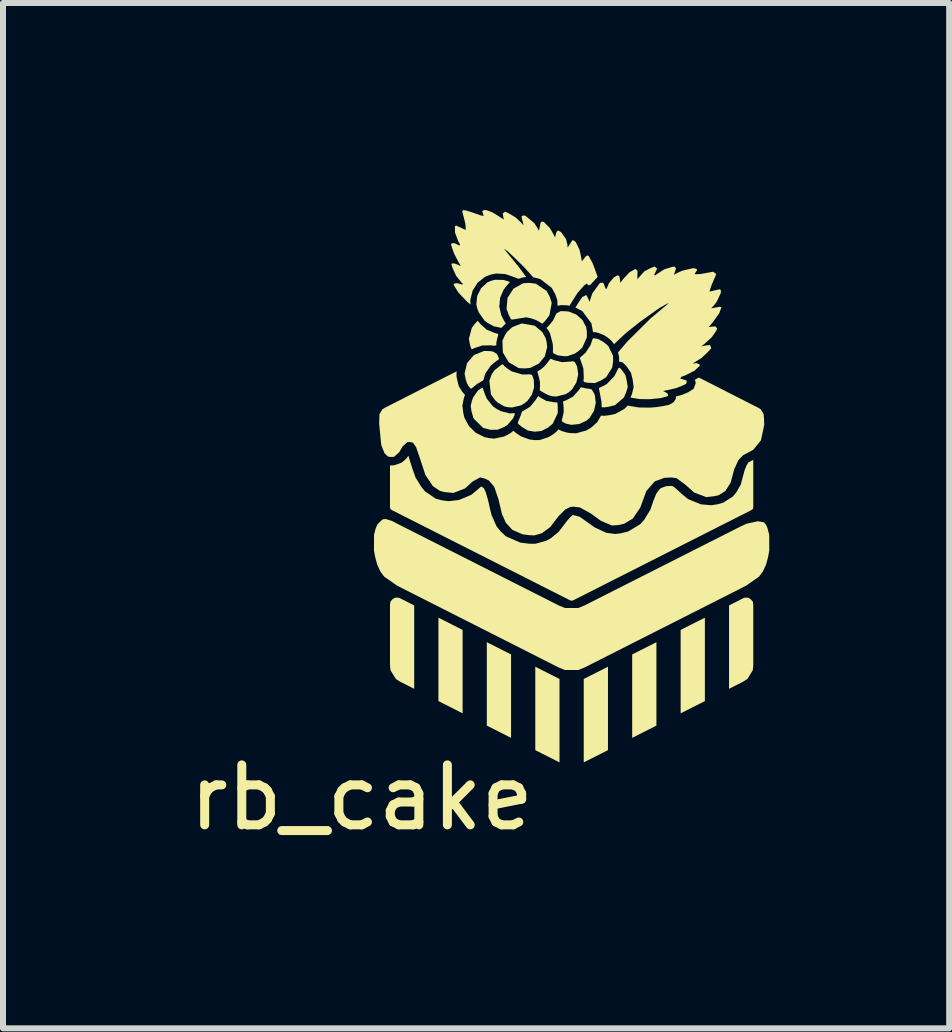
<source format=kicad_pcb>
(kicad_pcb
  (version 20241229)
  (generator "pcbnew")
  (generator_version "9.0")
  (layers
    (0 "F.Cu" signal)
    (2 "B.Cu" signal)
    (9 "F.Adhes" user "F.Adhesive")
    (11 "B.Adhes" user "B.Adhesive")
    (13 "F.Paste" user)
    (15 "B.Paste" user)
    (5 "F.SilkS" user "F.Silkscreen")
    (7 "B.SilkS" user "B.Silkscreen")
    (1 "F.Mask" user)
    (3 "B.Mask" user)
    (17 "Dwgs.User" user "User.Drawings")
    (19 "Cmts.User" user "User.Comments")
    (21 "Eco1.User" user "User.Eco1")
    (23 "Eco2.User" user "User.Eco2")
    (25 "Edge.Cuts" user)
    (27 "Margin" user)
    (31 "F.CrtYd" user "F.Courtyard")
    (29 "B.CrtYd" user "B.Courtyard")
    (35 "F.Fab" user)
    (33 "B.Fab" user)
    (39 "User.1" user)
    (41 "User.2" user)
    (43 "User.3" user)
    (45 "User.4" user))
  (footprint "rb_cake"
    (layer "F.Cu")
    (at 2.982 0.25)
    (property "Reference" "rb_cake" (at 0 10 0) (layer "F.SilkS") (effects (font (size 1 1) (thickness 0.15))))
    (attr through_hole)
    (fp_poly (pts (xy 1.689 0.205) (xy 1.689 0.205) (xy 1.689 0.205)) (stroke (width 0) (type solid)) (fill yes) (layer "F.SilkS"))
    (fp_poly (pts (xy 2.145 3.867) (xy 2.145 3.867) (xy 2.145 3.867)) (stroke (width 0) (type solid)) (fill yes) (layer "F.SilkS"))
    (fp_poly (pts (xy 4.021 3.493) (xy 4.021 3.493) (xy 4.021 3.493)) (stroke (width 0) (type solid)) (fill yes) (layer "F.SilkS"))
    (fp_poly (pts (xy 1.682 7.204) (xy 1.682 8.595) (xy 1.279 8.391) (xy 1.279 7)) (stroke (width 0) (type solid)) (fill yes) (layer "F.SilkS"))
    (fp_poly (pts (xy 2.49 7.613) (xy 2.49 9.004) (xy 2.086 8.8) (xy 2.086 7.409)) (stroke (width 0) (type solid)) (fill yes) (layer "F.SilkS"))
    (fp_poly (pts (xy 3.298 8.022) (xy 3.298 9.413) (xy 2.894 9.209) (xy 2.894 7.818)) (stroke (width 0) (type solid)) (fill yes) (layer "F.SilkS"))
    (fp_poly (pts (xy 4.106 9.209) (xy 3.702 9.413) (xy 3.702 8.022) (xy 4.106 7.818)) (stroke (width 0) (type solid)) (fill yes) (layer "F.SilkS"))
    (fp_poly (pts (xy 4.914 8.8) (xy 4.51 9.004) (xy 4.51 7.613) (xy 4.914 7.409)) (stroke (width 0) (type solid)) (fill yes) (layer "F.SilkS"))
    (fp_poly (pts (xy 5.722 8.391) (xy 5.318 8.595) (xy 5.318 7.204) (xy 5.722 7)) (stroke (width 0) (type solid)) (fill yes) (layer "F.SilkS"))
    (fp_poly (pts (xy 0.624 6.67) (xy 0.643 6.678) (xy 0.875 6.796) (xy 0.875 8.186) (xy 0.643 8.069) (xy 0.569 8.022) (xy 0.479 7.876) (xy 0.471 7.789) (xy 0.471 6.784) (xy 0.478 6.734) (xy 0.511 6.695) (xy 0.554 6.667) (xy 0.604 6.666)) (stroke (width 0) (type solid)) (fill yes) (layer "F.SilkS"))
    (fp_poly (pts (xy 6.446 6.667) (xy 6.489 6.695) (xy 6.522 6.734) (xy 6.529 6.784) (xy 6.529 7.789) (xy 6.521 7.876) (xy 6.431 8.022) (xy 6.357 8.069) (xy 6.125 8.186) (xy 6.125 6.796) (xy 6.357 6.678) (xy 6.376 6.67) (xy 6.395 6.666)) (stroke (width 0) (type solid)) (fill yes) (layer "F.SilkS"))
    (fp_poly (pts (xy 2.883 2.13) (xy 3.011 2.237) (xy 3.068 2.341) (xy 3.083 2.403) (xy 3.092 2.489) (xy 3.053 2.643) (xy 2.954 2.763) (xy 2.809 2.835) (xy 2.721 2.844) (xy 2.618 2.838) (xy 2.451 2.741) (xy 2.353 2.576) (xy 2.346 2.382) (xy 2.389 2.287) (xy 2.424 2.233) (xy 2.512 2.154) (xy 2.668 2.094)) (stroke (width 0) (type solid)) (fill yes) (layer "F.SilkS"))
    (fp_poly (pts (xy 1.979 2.103) (xy 2.081 2.196) (xy 2.211 2.25) (xy 2.26 2.264) (xy 2.277 2.269) (xy 2.275 2.287) (xy 2.26 2.344) (xy 2.246 2.405) (xy 2.244 2.44) (xy 2.245 2.458) (xy 2.207 2.466) (xy 2.157 2.458) (xy 2.008 2.461) (xy 1.876 2.506) (xy 1.846 2.521) (xy 1.832 2.521) (xy 1.821 2.501) (xy 1.804 2.445) (xy 1.787 2.35) (xy 1.837 2.163) (xy 1.899 2.085) (xy 1.933 2.05)) (stroke (width 0) (type solid)) (fill yes) (layer "F.SilkS"))
    (fp_poly (pts (xy 2.365 1.368) (xy 2.426 1.386) (xy 2.471 1.402) (xy 2.413 1.47) (xy 2.366 1.531) (xy 2.307 1.668) (xy 2.294 1.813) (xy 2.327 1.958) (xy 2.363 2.028) (xy 2.401 2.095) (xy 2.329 2.168) (xy 2.202 2.141) (xy 2.099 2.085) (xy 2.047 2.045) (xy 1.953 1.911) (xy 1.927 1.846) (xy 1.911 1.775) (xy 1.926 1.632) (xy 1.992 1.503) (xy 2.098 1.407) (xy 2.165 1.38) (xy 2.226 1.365)) (stroke (width 0) (type solid)) (fill yes) (layer "F.SilkS"))
    (fp_poly (pts (xy 4.316 2.846) (xy 4.355 2.893) (xy 4.398 2.956) (xy 4.42 3.053) (xy 4.436 3.152) (xy 4.413 3.232) (xy 4.372 3.329) (xy 4.224 3.456) (xy 4.121 3.482) (xy 4.057 3.492) (xy 4.021 3.493) (xy 3.999 3.488) (xy 4 3.454) (xy 3.997 3.397) (xy 3.978 3.293) (xy 3.954 3.17) (xy 4.017 3.142) (xy 4.086 3.104) (xy 4.212 2.973) (xy 4.248 2.904) (xy 4.275 2.846) (xy 4.294 2.831)) (stroke (width 0) (type solid)) (fill yes) (layer "F.SilkS"))
    (fp_poly (pts (xy 2.14 2.555) (xy 2.191 2.563) (xy 2.256 2.604) (xy 2.273 2.64) (xy 2.291 2.687) (xy 2.212 2.746) (xy 2.15 2.799) (xy 2.058 2.933) (xy 2.041 2.995) (xy 2.029 3.04) (xy 1.982 3.068) (xy 1.931 3.098) (xy 1.88 3.138) (xy 1.84 3.171) (xy 1.823 3.182) (xy 1.811 3.174) (xy 1.785 3.144) (xy 1.757 3.096) (xy 1.733 3.024) (xy 1.715 2.928) (xy 1.757 2.753) (xy 1.872 2.62) (xy 2.041 2.552)) (stroke (width 0) (type solid)) (fill yes) (layer "F.SilkS"))
    (fp_poly (pts (xy 2.902 1.43) (xy 3.083 1.552) (xy 3.137 1.652) (xy 3.168 1.751) (xy 3.13 1.957) (xy 3.064 2.045) (xy 3.027 2.084) (xy 3.011 2.096) (xy 2.995 2.089) (xy 2.957 2.064) (xy 2.902 2.035) (xy 2.829 2.01) (xy 2.745 1.991) (xy 2.625 2.01) (xy 2.527 2.027) (xy 2.493 2.027) (xy 2.479 2.006) (xy 2.449 1.945) (xy 2.415 1.851) (xy 2.431 1.667) (xy 2.53 1.514) (xy 2.69 1.424) (xy 2.789 1.417)) (stroke (width 0) (type solid)) (fill yes) (layer "F.SilkS"))
    (fp_poly (pts (xy 2.982 3.332) (xy 3.08 3.386) (xy 3.202 3.407) (xy 3.263 3.412) (xy 3.269 3.484) (xy 3.269 3.587) (xy 3.186 3.764) (xy 3.109 3.829) (xy 2.998 3.886) (xy 2.887 3.899) (xy 2.771 3.88) (xy 2.671 3.819) (xy 2.62 3.778) (xy 2.603 3.758) (xy 2.609 3.731) (xy 2.635 3.667) (xy 2.66 3.604) (xy 2.666 3.577) (xy 2.673 3.564) (xy 2.699 3.549) (xy 2.809 3.481) (xy 2.897 3.374) (xy 2.943 3.304)) (stroke (width 0) (type solid)) (fill yes) (layer "F.SilkS"))
    (fp_poly (pts (xy 3.688 3.165) (xy 3.727 3.175) (xy 3.777 3.181) (xy 3.83 3.191) (xy 3.858 3.23) (xy 3.887 3.288) (xy 3.903 3.419) (xy 3.873 3.551) (xy 3.8 3.669) (xy 3.747 3.715) (xy 3.626 3.771) (xy 3.496 3.784) (xy 3.407 3.765) (xy 3.351 3.736) (xy 3.335 3.714) (xy 3.352 3.645) (xy 3.368 3.568) (xy 3.366 3.482) (xy 3.357 3.394) (xy 3.404 3.377) (xy 3.524 3.313) (xy 3.614 3.213) (xy 3.655 3.158)) (stroke (width 0) (type solid)) (fill yes) (layer "F.SilkS"))
    (fp_poly (pts (xy 2.049 3.26) (xy 2.084 3.346) (xy 2.186 3.475) (xy 2.258 3.524) (xy 2.321 3.557) (xy 2.47 3.594) (xy 2.524 3.591) (xy 2.545 3.587) (xy 2.552 3.601) (xy 2.545 3.627) (xy 2.523 3.677) (xy 2.433 3.783) (xy 2.382 3.818) (xy 2.263 3.866) (xy 2.145 3.867) (xy 2.025 3.836) (xy 1.865 3.679) (xy 1.83 3.558) (xy 1.817 3.468) (xy 1.835 3.391) (xy 1.857 3.328) (xy 1.937 3.214) (xy 1.981 3.182) (xy 2.015 3.163)) (stroke (width 0) (type solid)) (fill yes) (layer "F.SilkS"))
    (fp_poly (pts (xy 3.94 2.352) (xy 4.036 2.406) (xy 4.111 2.469) (xy 4.19 2.63) (xy 4.192 2.723) (xy 4.177 2.829) (xy 4.075 2.991) (xy 3.988 3.045) (xy 3.889 3.088) (xy 3.778 3.083) (xy 3.778 3.083) (xy 3.724 3.075) (xy 3.702 3.066) (xy 3.698 3.044) (xy 3.703 2.993) (xy 3.696 2.843) (xy 3.645 2.693) (xy 3.638 2.666) (xy 3.687 2.623) (xy 3.734 2.58) (xy 3.816 2.454) (xy 3.837 2.392) (xy 3.85 2.353) (xy 3.863 2.339)) (stroke (width 0) (type solid)) (fill yes) (layer "F.SilkS"))
    (fp_poly (pts (xy 2.365 2.786) (xy 2.381 2.807) (xy 2.433 2.849) (xy 2.5 2.893) (xy 2.673 2.944) (xy 2.757 2.944) (xy 2.803 2.941) (xy 2.84 2.954) (xy 2.85 2.977) (xy 2.87 3.037) (xy 2.874 3.161) (xy 2.837 3.281) (xy 2.764 3.384) (xy 2.714 3.425) (xy 2.655 3.46) (xy 2.507 3.495) (xy 2.437 3.49) (xy 2.378 3.477) (xy 2.266 3.412) (xy 2.217 3.365) (xy 2.155 3.277) (xy 2.128 3.049) (xy 2.167 2.943) (xy 2.211 2.876) (xy 2.341 2.774)) (stroke (width 0) (type solid)) (fill yes) (layer "F.SilkS"))
    (fp_poly (pts (xy 3.205 2.705) (xy 3.339 2.739) (xy 3.486 2.729) (xy 3.519 2.724) (xy 3.551 2.736) (xy 3.565 2.758) (xy 3.593 2.816) (xy 3.609 2.946) (xy 3.58 3.076) (xy 3.509 3.192) (xy 3.458 3.237) (xy 3.4 3.273) (xy 3.243 3.312) (xy 3.174 3.307) (xy 3.111 3.289) (xy 3.041 3.253) (xy 2.969 3.209) (xy 2.973 3.141) (xy 2.972 3.069) (xy 2.953 2.985) (xy 2.929 2.896) (xy 2.983 2.861) (xy 3.038 2.817) (xy 3.093 2.753) (xy 3.148 2.681)) (stroke (width 0) (type solid)) (fill yes) (layer "F.SilkS"))
    (fp_poly (pts (xy 3.452 1.895) (xy 3.581 1.947) (xy 3.682 2.038) (xy 3.744 2.16) (xy 3.754 2.23) (xy 3.754 2.326) (xy 3.678 2.497) (xy 3.608 2.559) (xy 3.553 2.596) (xy 3.434 2.638) (xy 3.378 2.64) (xy 3.273 2.627) (xy 3.203 2.596) (xy 3.188 2.574) (xy 3.189 2.516) (xy 3.187 2.441) (xy 3.141 2.261) (xy 3.111 2.208) (xy 3.081 2.17) (xy 3.138 2.109) (xy 3.188 2.047) (xy 3.221 1.981) (xy 3.244 1.929) (xy 3.312 1.889) (xy 3.379 1.889)) (stroke (width 0) (type solid)) (fill yes) (layer "F.SilkS"))
    (fp_poly (pts (xy 0.504 5.387) (xy 0.686 5.481) (xy 3.285 6.796) (xy 3.389 6.839) (xy 3.611 6.839) (xy 3.715 6.796) (xy 6.314 5.481) (xy 6.418 5.433) (xy 6.606 5.392) (xy 6.705 5.409) (xy 6.734 5.441) (xy 6.753 5.474) (xy 6.768 5.513) (xy 6.795 5.619) (xy 6.796 5.881) (xy 6.776 5.989) (xy 6.741 6.119) (xy 6.689 6.23) (xy 6.625 6.316) (xy 6.413 6.464) (xy 6.314 6.515) (xy 3.715 7.831) (xy 3.611 7.873) (xy 3.389 7.873) (xy 3.285 7.831) (xy 0.686 6.515) (xy 0.587 6.464) (xy 0.375 6.316) (xy 0.311 6.23) (xy 0.259 6.119) (xy 0.224 5.989) (xy 0.204 5.881) (xy 0.205 5.619) (xy 0.232 5.513) (xy 0.262 5.443) (xy 0.347 5.361) (xy 0.4 5.354)) (stroke (width 0) (type solid)) (fill yes) (layer "F.SilkS"))
    (fp_poly (pts (xy 0.805 4.388) (xy 0.84 4.499) (xy 0.896 4.66) (xy 0.994 4.819) (xy 1.057 4.895) (xy 1.235 5.016) (xy 1.349 5.045) (xy 1.447 5.057) (xy 1.621 5.038) (xy 1.828 4.951) (xy 1.912 4.882) (xy 1.969 4.831) (xy 1.991 4.813) (xy 2.037 4.839) (xy 2.071 4.916) (xy 2.106 5.038) (xy 2.144 5.206) (xy 2.167 5.294) (xy 2.248 5.477) (xy 2.318 5.563) (xy 2.403 5.643) (xy 2.644 5.748) (xy 2.795 5.767) (xy 2.899 5.767) (xy 3.082 5.716) (xy 3.156 5.673) (xy 3.279 5.573) (xy 3.36 5.47) (xy 3.431 5.376) (xy 3.483 5.319) (xy 3.515 5.29) (xy 3.531 5.29) (xy 3.634 5.317) (xy 3.792 5.429) (xy 3.888 5.497) (xy 4.077 5.584) (xy 4.227 5.604) (xy 4.31 5.595) (xy 4.442 5.563) (xy 4.645 5.441) (xy 4.714 5.362) (xy 4.813 5.199) (xy 4.863 5.053) (xy 4.912 4.931) (xy 4.962 4.864) (xy 4.989 4.839) (xy 5.078 4.807) (xy 5.161 4.803) (xy 5.18 4.804) (xy 5.215 4.827) (xy 5.267 4.872) (xy 5.345 4.944) (xy 5.441 5.022) (xy 5.656 5.11) (xy 5.831 5.125) (xy 5.928 5.11) (xy 6.029 5.082) (xy 6.19 4.979) (xy 6.244 4.914) (xy 6.321 4.779) (xy 6.354 4.656) (xy 6.384 4.544) (xy 6.414 4.468) (xy 6.444 4.414) (xy 6.494 4.386) (xy 6.512 4.377) (xy 6.529 4.367) (xy 6.529 5.16) (xy 6.524 5.187) (xy 6.5 5.205) (xy 3.529 6.709) (xy 3.5 6.718) (xy 3.471 6.709) (xy 0.5 5.205) (xy 0.476 5.187) (xy 0.471 5.16) (xy 0.471 4.462) (xy 0.539 4.459) (xy 0.662 4.416) (xy 0.706 4.382) (xy 0.75 4.339) (xy 0.778 4.299) (xy 0.778 4.299)) (stroke (width 0) (type solid)) (fill yes) (layer "F.SilkS"))
    (fp_poly (pts (xy 2.11 0.214) (xy 2.187 0.246) (xy 2.276 0.3) (xy 2.369 0.362) (xy 2.359 0.31) (xy 2.352 0.259) (xy 2.391 0.23) (xy 2.439 0.25) (xy 2.568 0.327) (xy 2.666 0.42) (xy 2.687 0.446) (xy 2.696 0.453) (xy 2.695 0.436) (xy 2.68 0.38) (xy 2.664 0.313) (xy 2.681 0.295) (xy 2.726 0.295) (xy 2.876 0.419) (xy 2.929 0.5) (xy 2.956 0.55) (xy 2.964 0.507) (xy 2.972 0.466) (xy 2.979 0.431) (xy 2.988 0.405) (xy 3.005 0.395) (xy 3.038 0.402) (xy 3.134 0.499) (xy 3.176 0.568) (xy 3.225 0.661) (xy 3.234 0.617) (xy 3.245 0.578) (xy 3.259 0.554) (xy 3.276 0.543) (xy 3.327 0.574) (xy 3.407 0.687) (xy 3.429 0.775) (xy 3.434 0.829) (xy 3.475 0.764) (xy 3.513 0.706) (xy 3.537 0.71) (xy 3.571 0.739) (xy 3.632 0.866) (xy 3.651 0.949) (xy 3.672 1.058) (xy 3.706 1.012) (xy 3.737 0.974) (xy 3.761 0.96) (xy 3.784 0.967) (xy 3.851 1.09) (xy 3.894 1.205) (xy 3.933 1.315) (xy 3.919 1.336) (xy 3.894 1.36) (xy 3.849 1.409) (xy 3.817 1.445) (xy 3.787 1.46) (xy 3.773 1.448) (xy 3.75 1.428) (xy 3.706 1.463) (xy 3.598 1.585) (xy 3.464 1.798) (xy 3.423 1.791) (xy 3.381 1.789) (xy 3.321 1.788) (xy 3.265 1.8) (xy 3.261 1.704) (xy 3.23 1.612) (xy 3.17 1.502) (xy 2.978 1.353) (xy 2.859 1.323) (xy 2.706 1.153) (xy 2.548 0.998) (xy 2.435 0.892) (xy 2.37 0.845) (xy 2.415 0.902) (xy 2.619 1.151) (xy 2.742 1.319) (xy 2.676 1.328) (xy 2.616 1.349) (xy 2.46 1.292) (xy 2.391 1.27) (xy 2.245 1.261) (xy 2.174 1.274) (xy 2.154 1.279) (xy 2.134 1.285) (xy 2.058 1.315) (xy 1.934 1.413) (xy 1.85 1.545) (xy 1.811 1.698) (xy 1.813 1.778) (xy 1.75 1.724) (xy 1.611 1.577) (xy 1.534 1.453) (xy 1.534 1.433) (xy 1.582 1.421) (xy 1.625 1.431) (xy 1.674 1.445) (xy 1.69 1.437) (xy 1.664 1.411) (xy 1.574 1.3) (xy 1.513 1.164) (xy 1.493 1.1) (xy 1.516 1.092) (xy 1.548 1.094) (xy 1.598 1.112) (xy 1.654 1.136) (xy 1.616 1.075) (xy 1.539 0.926) (xy 1.492 0.791) (xy 1.491 0.762) (xy 1.54 0.753) (xy 1.585 0.774) (xy 1.629 0.795) (xy 1.639 0.776) (xy 1.611 0.726) (xy 1.555 0.579) (xy 1.554 0.471) (xy 1.575 0.462) (xy 1.649 0.495) (xy 1.733 0.536) (xy 1.733 0.486) (xy 1.726 0.422) (xy 1.702 0.326) (xy 1.676 0.226) (xy 1.689 0.205) (xy 1.738 0.209) (xy 1.862 0.249) (xy 1.984 0.291) (xy 2.027 0.302) (xy 2.031 0.291) (xy 2.021 0.26) (xy 2.009 0.22) (xy 2.052 0.198)) (stroke (width 0) (type solid)) (fill yes) (layer "F.SilkS"))
    (fp_poly (pts (xy 4.925 1.177) (xy 4.899 1.237) (xy 4.879 1.28) (xy 4.889 1.295) (xy 4.923 1.27) (xy 5.046 1.191) (xy 5.17 1.152) (xy 5.218 1.145) (xy 5.241 1.178) (xy 5.224 1.23) (xy 5.205 1.282) (xy 5.265 1.25) (xy 5.346 1.214) (xy 5.524 1.172) (xy 5.568 1.179) (xy 5.588 1.188) (xy 5.59 1.208) (xy 5.574 1.232) (xy 5.55 1.271) (xy 5.582 1.273) (xy 5.638 1.27) (xy 5.75 1.251) (xy 5.862 1.231) (xy 5.912 1.271) (xy 5.877 1.353) (xy 5.839 1.441) (xy 5.815 1.507) (xy 5.799 1.563) (xy 5.889 1.541) (xy 5.974 1.523) (xy 5.989 1.544) (xy 5.989 1.583) (xy 5.921 1.729) (xy 5.876 1.789) (xy 5.827 1.843) (xy 5.908 1.826) (xy 5.975 1.816) (xy 5.998 1.824) (xy 5.961 1.925) (xy 5.844 2.087) (xy 5.786 2.153) (xy 5.848 2.146) (xy 5.895 2.143) (xy 5.927 2.174) (xy 5.915 2.211) (xy 5.835 2.326) (xy 5.709 2.44) (xy 5.66 2.475) (xy 5.723 2.463) (xy 5.808 2.453) (xy 5.829 2.508) (xy 5.766 2.576) (xy 5.666 2.67) (xy 5.571 2.729) (xy 5.535 2.75) (xy 5.525 2.763) (xy 5.548 2.759) (xy 5.59 2.756) (xy 5.639 2.781) (xy 5.634 2.803) (xy 5.55 2.881) (xy 5.401 2.957) (xy 5.327 2.986) (xy 5.311 3.012) (xy 5.359 3.026) (xy 5.421 3.048) (xy 5.412 3.099) (xy 5.34 3.134) (xy 5.245 3.171) (xy 5.137 3.197) (xy 5.024 3.22) (xy 5.065 3.241) (xy 5.096 3.259) (xy 5.112 3.294) (xy 5.095 3.309) (xy 4.984 3.339) (xy 4.8 3.357) (xy 4.635 3.355) (xy 4.481 3.329) (xy 4.496 3.297) (xy 4.508 3.263) (xy 4.534 3.157) (xy 4.519 3.034) (xy 4.49 2.917) (xy 4.433 2.831) (xy 4.411 2.803) (xy 4.389 2.78) (xy 4.378 2.769) (xy 4.365 2.758) (xy 4.356 2.745) (xy 4.308 2.732) (xy 4.299 2.731) (xy 4.292 2.731) (xy 4.292 2.73) (xy 4.292 2.729) (xy 4.292 2.651) (xy 4.274 2.576) (xy 4.433 2.391) (xy 4.81 2.016) (xy 4.999 1.857) (xy 5.098 1.775) (xy 5.122 1.748) (xy 4.963 1.836) (xy 4.644 2.064) (xy 4.412 2.247) (xy 4.208 2.439) (xy 4.159 2.377) (xy 4.096 2.325) (xy 4.039 2.289) (xy 3.979 2.264) (xy 3.949 2.253) (xy 3.919 2.245) (xy 3.893 2.238) (xy 3.855 2.239) (xy 3.855 2.23) (xy 3.854 2.221) (xy 3.83 2.092) (xy 3.678 1.888) (xy 3.564 1.828) (xy 3.582 1.799) (xy 3.6 1.769) (xy 3.677 1.653) (xy 3.746 1.619) (xy 3.778 1.683) (xy 3.803 1.736) (xy 3.811 1.694) (xy 3.844 1.594) (xy 3.971 1.419) (xy 4.017 1.412) (xy 4.036 1.43) (xy 4.046 1.46) (xy 4.072 1.521) (xy 4.084 1.513) (xy 4.122 1.423) (xy 4.204 1.326) (xy 4.268 1.289) (xy 4.296 1.307) (xy 4.301 1.33) (xy 4.307 1.369) (xy 4.313 1.416) (xy 4.367 1.345) (xy 4.466 1.24) (xy 4.557 1.189) (xy 4.557 1.189) (xy 4.566 1.187) (xy 4.572 1.187) (xy 4.599 1.221) (xy 4.596 1.336) (xy 4.598 1.356) (xy 4.634 1.312) (xy 4.713 1.225) (xy 4.817 1.17) (xy 4.885 1.144)) (stroke (width 0) (type solid)) (fill yes) (layer "F.SilkS"))
    (fp_poly (pts (xy 1.58 2.976) (xy 1.598 3.061) (xy 1.621 3.146) (xy 1.675 3.23) (xy 1.692 3.252) (xy 1.71 3.271) (xy 1.716 3.277) (xy 1.723 3.283) (xy 1.71 3.317) (xy 1.7 3.352) (xy 1.678 3.464) (xy 1.693 3.584) (xy 1.712 3.665) (xy 1.788 3.806) (xy 1.901 3.916) (xy 2.043 3.988) (xy 2.123 4.006) (xy 2.211 4.014) (xy 2.374 3.979) (xy 2.45 3.94) (xy 2.492 3.914) (xy 2.529 3.883) (xy 2.529 3.884) (xy 2.53 3.885) (xy 2.557 3.908) (xy 2.587 3.931) (xy 2.653 3.975) (xy 2.799 4.029) (xy 2.877 4.038) (xy 2.966 4.038) (xy 3.118 3.989) (xy 3.189 3.944) (xy 3.24 3.905) (xy 3.282 3.86) (xy 3.327 3.885) (xy 3.367 3.897) (xy 3.421 3.913) (xy 3.478 3.922) (xy 3.579 3.925) (xy 3.662 3.901) (xy 3.747 3.878) (xy 3.832 3.826) (xy 3.928 3.739) (xy 3.991 3.63) (xy 4.002 3.632) (xy 4.011 3.633) (xy 4.013 3.633) (xy 4.014 3.633) (xy 4.05 3.633) (xy 4.076 3.63) (xy 4.109 3.626) (xy 4.144 3.621) (xy 4.229 3.602) (xy 4.376 3.521) (xy 4.436 3.463) (xy 4.451 3.466) (xy 4.621 3.495) (xy 4.806 3.497) (xy 4.9 3.49) (xy 4.997 3.476) (xy 5.043 3.468) (xy 5.083 3.459) (xy 5.115 3.455) (xy 5.168 3.428) (xy 5.206 3.401) (xy 5.238 3.349) (xy 5.239 3.331) (xy 5.237 3.312) (xy 5.322 3.29) (xy 5.398 3.262) (xy 5.444 3.241) (xy 5.485 3.215) (xy 5.533 3.185) (xy 5.568 3.096) (xy 5.566 3.064) (xy 5.554 3.033) (xy 5.587 3.015) (xy 5.619 2.997) (xy 5.62 2.996) (xy 5.621 2.995) (xy 6.613 3.5) (xy 6.654 3.526) (xy 6.702 3.605) (xy 6.705 3.652) (xy 6.707 3.652) (xy 6.712 3.785) (xy 6.657 4.043) (xy 6.529 4.2) (xy 6.417 4.261) (xy 6.359 4.291) (xy 6.28 4.374) (xy 6.211 4.527) (xy 6.151 4.75) (xy 6.062 4.889) (xy 5.96 4.954) (xy 5.888 4.973) (xy 5.746 4.99) (xy 5.545 4.914) (xy 5.395 4.781) (xy 5.249 4.673) (xy 5.159 4.662) (xy 5.047 4.668) (xy 4.887 4.727) (xy 4.747 4.886) (xy 4.645 5.164) (xy 4.521 5.347) (xy 4.378 5.433) (xy 4.277 5.456) (xy 4.171 5.463) (xy 3.987 5.384) (xy 3.816 5.26) (xy 3.635 5.161) (xy 3.533 5.149) (xy 3.481 5.153) (xy 3.395 5.194) (xy 3.285 5.304) (xy 3.143 5.489) (xy 3.002 5.593) (xy 2.881 5.627) (xy 2.808 5.626) (xy 2.686 5.611) (xy 2.512 5.536) (xy 2.403 5.417) (xy 2.338 5.271) (xy 2.282 5.032) (xy 2.21 4.819) (xy 2.122 4.714) (xy 2.055 4.681) (xy 1.973 4.661) (xy 1.85 4.729) (xy 1.722 4.845) (xy 1.528 4.92) (xy 1.382 4.906) (xy 1.306 4.887) (xy 1.186 4.806) (xy 1.062 4.621) (xy 0.966 4.329) (xy 0.906 4.155) (xy 0.856 4.085) (xy 0.824 4.073) (xy 0.763 4.071) (xy 0.685 4.14) (xy 0.624 4.243) (xy 0.538 4.318) (xy 0.471 4.32) (xy 0.435 4.312) (xy 0.38 4.258) (xy 0.325 4.12) (xy 0.291 3.767) (xy 0.294 3.653) (xy 0.296 3.606) (xy 0.343 3.526) (xy 0.385 3.5) (xy 0.983 3.196) (xy 1.582 2.892)) (stroke (width 0) (type solid)) (fill yes) (layer "F.SilkS")))
  (gr_rect
    (start -3 -3)
    (end 12.778 14.098)
    (stroke (width 0.1) (type default))
    (fill no)
    (layer "Edge.Cuts")))
</source>
